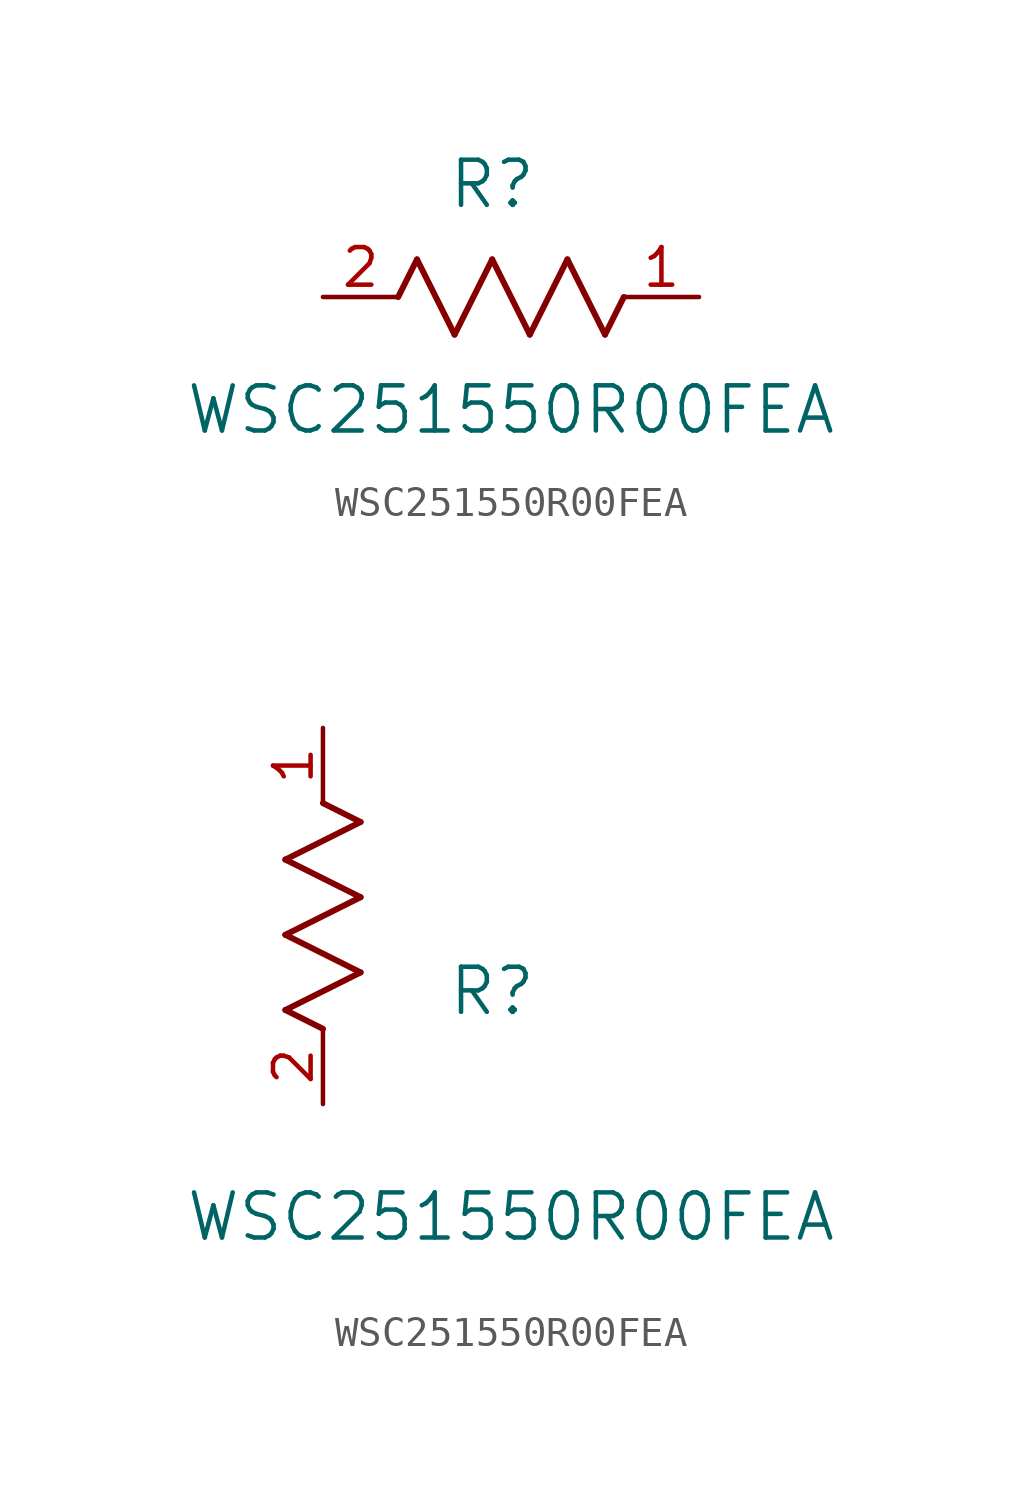
<source format=kicad_sym>
(kicad_symbol_lib
  (version 20211014)
  (generator kicad_symbol_editor)
  (symbol "WSC251550R00FEA"
    (pin_names
      (offset 0.254))
    (property "Reference" "R"
      (at 5.715 3.81 0)
      (effects (font (size 1.524 1.524))))
    (property "Value" "WSC251550R00FEA"
      (at 6.35 -3.81 0)
      (effects (font (size 1.524 1.524))))
    (symbol "WSC251550R00FEA_1_1"
      (polyline (pts (xy 3.175 1.27) (xy 4.445 -1.27)) (stroke (width 0.203) (type default) (color 0 0 0 0)) (fill (type none)))
      (polyline (pts (xy 4.445 -1.27) (xy 5.715 1.27)) (stroke (width 0.203) (type default) (color 0 0 0 0)) (fill (type none)))
      (polyline (pts (xy 5.715 1.27) (xy 6.985 -1.27)) (stroke (width 0.203) (type default) (color 0 0 0 0)) (fill (type none)))
      (polyline (pts (xy 6.985 -1.27) (xy 8.255 1.27)) (stroke (width 0.203) (type default) (color 0 0 0 0)) (fill (type none)))
      (polyline (pts (xy 8.255 1.27) (xy 9.525 -1.27)) (stroke (width 0.203) (type default) (color 0 0 0 0)) (fill (type none)))
      (polyline (pts (xy 2.54 0) (xy 3.175 1.27)) (stroke (width 0.203) (type default) (color 0 0 0 0)) (fill (type none)))
      (polyline (pts (xy 9.525 -1.27) (xy 10.16 0)) (stroke (width 0.203) (type default) (color 0 0 0 0)) (fill (type none)))
      (pin unspecified line (at 0 0 0) (length 2.54) (name "" (effects (font (size 1.27 1.27)))) (number "2" (effects (font (size 1.27 1.27)))))
      (pin unspecified line (at 12.7 0 180) (length 2.54) (name "" (effects (font (size 1.27 1.27)))) (number "1" (effects (font (size 1.27 1.27))))))
    (symbol "WSC251550R00FEA_1_2"
      (polyline (pts (xy 0 2.54) (xy -1.27 3.175)) (stroke (width 0.203) (type default) (color 0 0 0 0)) (fill (type none)))
      (polyline (pts (xy -1.27 3.175) (xy 1.27 4.445)) (stroke (width 0.203) (type default) (color 0 0 0 0)) (fill (type none)))
      (polyline (pts (xy 1.27 4.445) (xy -1.27 5.715)) (stroke (width 0.203) (type default) (color 0 0 0 0)) (fill (type none)))
      (polyline (pts (xy -1.27 5.715) (xy 1.27 6.985)) (stroke (width 0.203) (type default) (color 0 0 0 0)) (fill (type none)))
      (polyline (pts (xy -1.27 8.255) (xy 1.27 9.525)) (stroke (width 0.203) (type default) (color 0 0 0 0)) (fill (type none)))
      (polyline (pts (xy 1.27 9.525) (xy 0 10.16)) (stroke (width 0.203) (type default) (color 0 0 0 0)) (fill (type none)))
      (polyline (pts (xy 1.27 6.985) (xy -1.27 8.255)) (stroke (width 0.203) (type default) (color 0 0 0 0)) (fill (type none)))
      (pin unspecified line (at 0 0 90) (length 2.54) (name "" (effects (font (size 1.27 1.27)))) (number "2" (effects (font (size 1.27 1.27)))))
      (pin unspecified line (at 0 12.7 270) (length 2.54) (name "" (effects (font (size 1.27 1.27)))) (number "1" (effects (font (size 1.27 1.27))))))))
</source>
